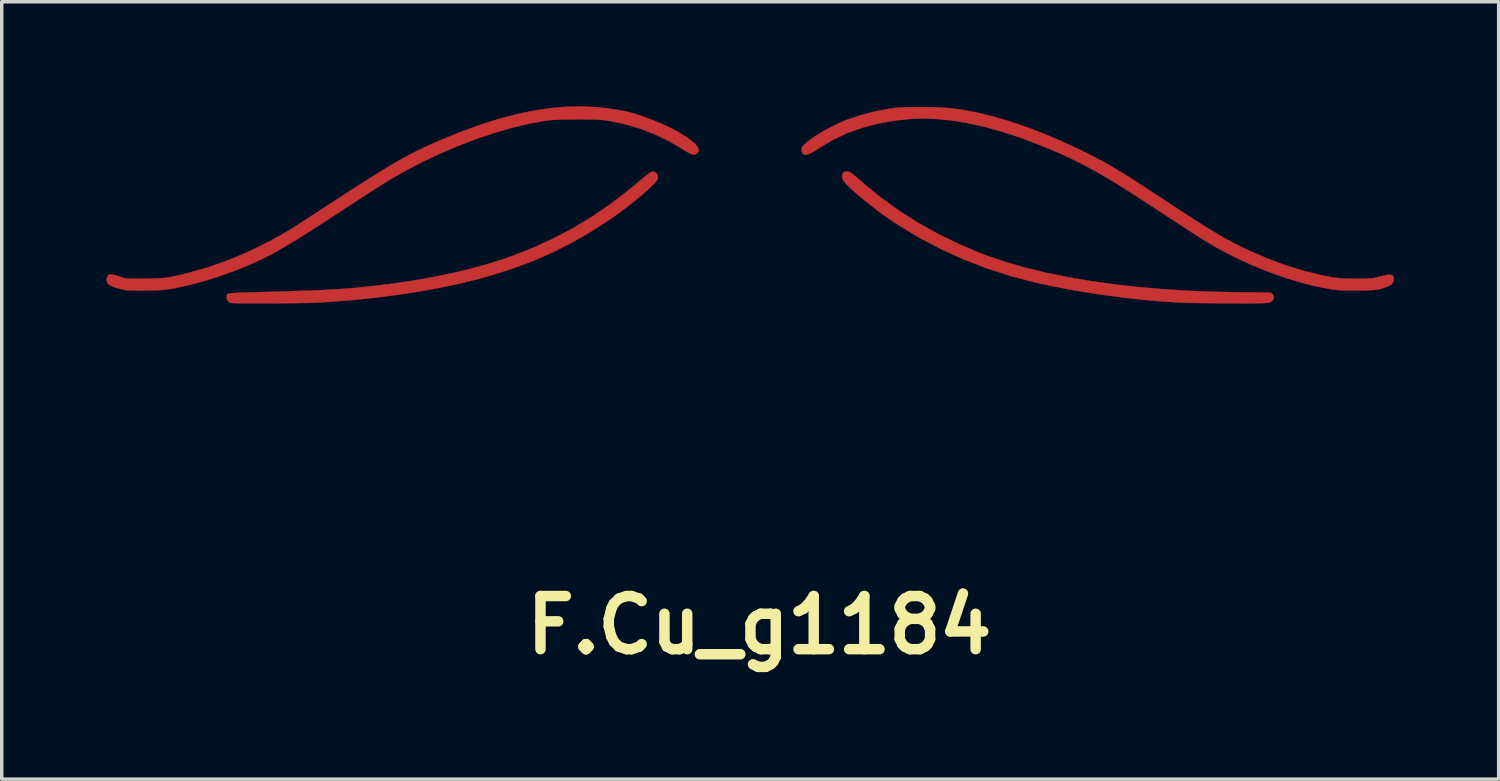
<source format=kicad_pcb>
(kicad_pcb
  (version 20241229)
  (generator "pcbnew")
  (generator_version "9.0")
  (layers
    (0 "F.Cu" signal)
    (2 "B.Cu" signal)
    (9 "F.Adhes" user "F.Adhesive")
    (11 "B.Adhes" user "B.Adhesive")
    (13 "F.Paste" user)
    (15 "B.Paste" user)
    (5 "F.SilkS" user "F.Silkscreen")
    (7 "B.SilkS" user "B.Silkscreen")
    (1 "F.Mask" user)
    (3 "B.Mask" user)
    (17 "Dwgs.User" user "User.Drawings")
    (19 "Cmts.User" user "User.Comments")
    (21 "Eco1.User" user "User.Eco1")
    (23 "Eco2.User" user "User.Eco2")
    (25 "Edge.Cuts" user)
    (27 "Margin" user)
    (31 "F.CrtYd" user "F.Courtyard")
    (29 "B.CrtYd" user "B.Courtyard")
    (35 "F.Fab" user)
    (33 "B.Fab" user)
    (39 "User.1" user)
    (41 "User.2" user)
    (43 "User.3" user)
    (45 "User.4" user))
  (footprint "F.Cu_g1184"
    (layer "F.Cu")
    (at 18.731 14.882)
    (property "Reference" "F.Cu_g1184" (at 0 0 0) (layer "F.SilkS") (effects (font (size 1.524 1.524) (thickness 0.3))))
    (attr through_hole)
    (fp_poly (pts (xy 2.536 -13.016) (xy 2.566 -13.008) (xy 2.6 -12.991) (xy 2.644 -12.963) (xy 2.702 -12.919) (xy 2.777 -12.856) (xy 2.876 -12.772) (xy 3.001 -12.663) (xy 3.01 -12.655) (xy 3.488 -12.264) (xy 3.999 -11.895) (xy 4.54 -11.55) (xy 5.108 -11.232) (xy 5.698 -10.943) (xy 6.307 -10.684) (xy 6.573 -10.583) (xy 7.078 -10.413) (xy 7.621 -10.256) (xy 8.2 -10.115) (xy 8.812 -9.989) (xy 9.456 -9.877) (xy 10.129 -9.782) (xy 10.829 -9.702) (xy 11.555 -9.638) (xy 12.304 -9.591) (xy 13.074 -9.561) (xy 13.862 -9.547) (xy 14.069 -9.546) (xy 14.222 -9.546) (xy 14.362 -9.545) (xy 14.484 -9.542) (xy 14.581 -9.54) (xy 14.648 -9.537) (xy 14.678 -9.533) (xy 14.678 -9.533) (xy 14.711 -9.506) (xy 14.744 -9.459) (xy 14.745 -9.456) (xy 14.766 -9.409) (xy 14.762 -9.375) (xy 14.737 -9.337) (xy 14.719 -9.313) (xy 14.702 -9.294) (xy 14.68 -9.277) (xy 14.651 -9.264) (xy 14.611 -9.253) (xy 14.557 -9.245) (xy 14.485 -9.239) (xy 14.391 -9.235) (xy 14.272 -9.233) (xy 14.125 -9.232) (xy 13.945 -9.231) (xy 13.729 -9.232) (xy 13.525 -9.232) (xy 13.301 -9.233) (xy 13.078 -9.235) (xy 12.861 -9.237) (xy 12.656 -9.239) (xy 12.47 -9.242) (xy 12.309 -9.245) (xy 12.178 -9.249) (xy 12.089 -9.252) (xy 11.598 -9.281) (xy 11.078 -9.326) (xy 10.539 -9.384) (xy 9.991 -9.455) (xy 9.443 -9.536) (xy 8.906 -9.627) (xy 8.39 -9.727) (xy 7.938 -9.825) (xy 7.226 -10.01) (xy 6.534 -10.232) (xy 5.863 -10.491) (xy 5.213 -10.785) (xy 4.586 -11.115) (xy 3.982 -11.48) (xy 3.732 -11.646) (xy 3.575 -11.756) (xy 3.412 -11.876) (xy 3.246 -12.003) (xy 3.083 -12.132) (xy 2.927 -12.26) (xy 2.783 -12.382) (xy 2.655 -12.496) (xy 2.549 -12.596) (xy 2.468 -12.68) (xy 2.419 -12.741) (xy 2.381 -12.822) (xy 2.374 -12.899) (xy 2.396 -12.962) (xy 2.444 -13.004) (xy 2.506 -13.018) (xy 2.536 -13.016)) (stroke (width 0.01) (type solid)) (fill yes) (layer "F.Cu"))
    (fp_poly (pts (xy -3.004 -13.004) (xy -3.002 -13.003) (xy -2.943 -12.956) (xy -2.909 -12.886) (xy -2.909 -12.814) (xy -2.936 -12.763) (xy -2.995 -12.69) (xy -3.081 -12.599) (xy -3.192 -12.494) (xy -3.324 -12.377) (xy -3.474 -12.251) (xy -3.637 -12.118) (xy -3.811 -11.983) (xy -3.992 -11.848) (xy -4.176 -11.715) (xy -4.36 -11.589) (xy -4.392 -11.567) (xy -4.903 -11.243) (xy -5.415 -10.952) (xy -5.934 -10.691) (xy -6.467 -10.457) (xy -7.021 -10.247) (xy -7.603 -10.059) (xy -8.104 -9.918) (xy -8.631 -9.789) (xy -9.192 -9.672) (xy -9.782 -9.566) (xy -10.394 -9.472) (xy -11.021 -9.392) (xy -11.658 -9.326) (xy -12.297 -9.276) (xy -12.731 -9.25) (xy -12.826 -9.247) (xy -12.952 -9.243) (xy -13.103 -9.241) (xy -13.274 -9.238) (xy -13.46 -9.236) (xy -13.658 -9.234) (xy -13.862 -9.233) (xy -14.066 -9.232) (xy -14.267 -9.232) (xy -14.46 -9.232) (xy -14.64 -9.232) (xy -14.801 -9.234) (xy -14.939 -9.235) (xy -15.05 -9.237) (xy -15.129 -9.24) (xy -15.17 -9.243) (xy -15.171 -9.244) (xy -15.223 -9.272) (xy -15.262 -9.326) (xy -15.282 -9.391) (xy -15.28 -9.455) (xy -15.251 -9.503) (xy -15.251 -9.503) (xy -15.226 -9.511) (xy -15.169 -9.519) (xy -15.078 -9.526) (xy -14.951 -9.533) (xy -14.787 -9.54) (xy -14.582 -9.546) (xy -14.516 -9.548) (xy -14.13 -9.558) (xy -13.783 -9.568) (xy -13.471 -9.578) (xy -13.19 -9.587) (xy -12.938 -9.596) (xy -12.709 -9.605) (xy -12.501 -9.615) (xy -12.311 -9.624) (xy -12.133 -9.635) (xy -11.966 -9.646) (xy -11.804 -9.658) (xy -11.645 -9.671) (xy -11.485 -9.686) (xy -11.321 -9.702) (xy -11.292 -9.705) (xy -10.654 -9.778) (xy -10.031 -9.867) (xy -9.428 -9.971) (xy -8.848 -10.089) (xy -8.297 -10.22) (xy -7.777 -10.362) (xy -7.293 -10.517) (xy -7.231 -10.538) (xy -6.588 -10.784) (xy -5.972 -11.06) (xy -5.38 -11.368) (xy -4.809 -11.711) (xy -4.255 -12.09) (xy -3.713 -12.507) (xy -3.474 -12.707) (xy -3.349 -12.814) (xy -3.25 -12.894) (xy -3.174 -12.951) (xy -3.116 -12.988) (xy -3.071 -13.008) (xy -3.035 -13.012) (xy -3.004 -13.004)) (stroke (width 0.01) (type solid)) (fill yes) (layer "F.Cu"))
    (fp_poly (pts (xy -4.686 -14.858) (xy -4.52 -14.843) (xy -4.34 -14.821) (xy -4.159 -14.795) (xy -3.988 -14.767) (xy -3.839 -14.739) (xy -3.757 -14.72) (xy -3.522 -14.653) (xy -3.269 -14.568) (xy -3.01 -14.469) (xy -2.756 -14.362) (xy -2.52 -14.249) (xy -2.312 -14.138) (xy -2.282 -14.12) (xy -2.094 -14.002) (xy -1.947 -13.897) (xy -1.839 -13.802) (xy -1.77 -13.719) (xy -1.74 -13.645) (xy -1.748 -13.582) (xy -1.793 -13.527) (xy -1.799 -13.522) (xy -1.839 -13.502) (xy -1.884 -13.497) (xy -1.942 -13.511) (xy -2.017 -13.544) (xy -2.114 -13.6) (xy -2.234 -13.675) (xy -2.606 -13.892) (xy -3.003 -14.082) (xy -3.418 -14.242) (xy -3.842 -14.368) (xy -4.266 -14.458) (xy -4.424 -14.482) (xy -4.535 -14.493) (xy -4.679 -14.501) (xy -4.849 -14.507) (xy -5.036 -14.51) (xy -5.232 -14.51) (xy -5.43 -14.509) (xy -5.622 -14.505) (xy -5.8 -14.498) (xy -5.956 -14.489) (xy -6.082 -14.478) (xy -6.138 -14.471) (xy -6.616 -14.382) (xy -7.115 -14.262) (xy -7.628 -14.112) (xy -8.152 -13.934) (xy -8.68 -13.731) (xy -9.207 -13.504) (xy -9.727 -13.256) (xy -10.192 -13.012) (xy -10.319 -12.94) (xy -10.457 -12.86) (xy -10.609 -12.769) (xy -10.777 -12.666) (xy -10.966 -12.547) (xy -11.178 -12.412) (xy -11.416 -12.258) (xy -11.683 -12.084) (xy -11.906 -11.938) (xy -12.229 -11.726) (xy -12.52 -11.537) (xy -12.782 -11.368) (xy -13.019 -11.218) (xy -13.233 -11.084) (xy -13.427 -10.965) (xy -13.605 -10.859) (xy -13.769 -10.764) (xy -13.923 -10.679) (xy -14.07 -10.601) (xy -14.212 -10.528) (xy -14.34 -10.465) (xy -14.703 -10.302) (xy -15.093 -10.147) (xy -15.5 -10.004) (xy -15.911 -9.875) (xy -16.316 -9.766) (xy -16.705 -9.678) (xy -16.849 -9.651) (xy -16.957 -9.634) (xy -17.066 -9.621) (xy -17.182 -9.611) (xy -17.317 -9.604) (xy -17.48 -9.6) (xy -17.59 -9.598) (xy -17.735 -9.597) (xy -17.874 -9.597) (xy -17.997 -9.6) (xy -18.097 -9.604) (xy -18.166 -9.609) (xy -18.182 -9.611) (xy -18.3 -9.637) (xy -18.42 -9.669) (xy -18.529 -9.706) (xy -18.614 -9.742) (xy -18.641 -9.756) (xy -18.701 -9.815) (xy -18.726 -9.89) (xy -18.713 -9.972) (xy -18.708 -9.983) (xy -18.682 -10.027) (xy -18.654 -10.054) (xy -18.615 -10.064) (xy -18.557 -10.058) (xy -18.473 -10.037) (xy -18.381 -10.01) (xy -18.15 -9.938) (xy -17.642 -9.939) (xy -17.453 -9.941) (xy -17.295 -9.945) (xy -17.157 -9.952) (xy -17.031 -9.964) (xy -16.905 -9.983) (xy -16.77 -10.009) (xy -16.616 -10.044) (xy -16.433 -10.089) (xy -16.396 -10.098) (xy -15.803 -10.268) (xy -15.212 -10.477) (xy -14.628 -10.723) (xy -14.058 -11.004) (xy -13.508 -11.316) (xy -13.402 -11.382) (xy -13.33 -11.427) (xy -13.229 -11.492) (xy -13.104 -11.572) (xy -12.962 -11.665) (xy -12.808 -11.764) (xy -12.649 -11.868) (xy -12.531 -11.945) (xy -12.178 -12.176) (xy -11.857 -12.385) (xy -11.565 -12.573) (xy -11.3 -12.742) (xy -11.058 -12.895) (xy -10.837 -13.032) (xy -10.633 -13.155) (xy -10.444 -13.266) (xy -10.267 -13.367) (xy -10.098 -13.459) (xy -9.936 -13.545) (xy -9.777 -13.625) (xy -9.617 -13.701) (xy -9.456 -13.776) (xy -9.288 -13.85) (xy -9.137 -13.915) (xy -8.56 -14.15) (xy -8.006 -14.352) (xy -7.474 -14.52) (xy -6.962 -14.655) (xy -6.468 -14.759) (xy -5.99 -14.83) (xy -5.527 -14.869) (xy -5.077 -14.877) (xy -4.686 -14.858)) (stroke (width 0.01) (type solid)) (fill yes) (layer "F.Cu"))
    (fp_poly (pts (xy 4.837 -14.859) (xy 5.017 -14.856) (xy 5.182 -14.85) (xy 5.325 -14.842) (xy 5.39 -14.837) (xy 5.8 -14.787) (xy 6.236 -14.705) (xy 6.693 -14.595) (xy 7.169 -14.455) (xy 7.661 -14.289) (xy 8.166 -14.095) (xy 8.68 -13.877) (xy 9.201 -13.634) (xy 9.359 -13.556) (xy 9.508 -13.48) (xy 9.648 -13.409) (xy 9.78 -13.339) (xy 9.91 -13.268) (xy 10.04 -13.195) (xy 10.174 -13.117) (xy 10.317 -13.031) (xy 10.47 -12.937) (xy 10.639 -12.83) (xy 10.827 -12.71) (xy 11.037 -12.574) (xy 11.273 -12.42) (xy 11.539 -12.246) (xy 11.684 -12.15) (xy 11.984 -11.953) (xy 12.254 -11.777) (xy 12.495 -11.622) (xy 12.712 -11.484) (xy 12.908 -11.361) (xy 13.087 -11.253) (xy 13.252 -11.156) (xy 13.407 -11.068) (xy 13.555 -10.988) (xy 13.699 -10.913) (xy 13.844 -10.841) (xy 13.993 -10.77) (xy 14.051 -10.743) (xy 14.58 -10.515) (xy 15.109 -10.319) (xy 15.633 -10.158) (xy 16.147 -10.033) (xy 16.383 -9.987) (xy 16.485 -9.97) (xy 16.582 -9.958) (xy 16.683 -9.949) (xy 16.797 -9.943) (xy 16.933 -9.94) (xy 17.102 -9.939) (xy 17.113 -9.939) (xy 17.269 -9.939) (xy 17.39 -9.94) (xy 17.483 -9.943) (xy 17.557 -9.948) (xy 17.618 -9.956) (xy 17.675 -9.967) (xy 17.734 -9.982) (xy 17.759 -9.989) (xy 17.856 -10.014) (xy 17.952 -10.035) (xy 18.029 -10.048) (xy 18.043 -10.05) (xy 18.125 -10.048) (xy 18.176 -10.021) (xy 18.199 -9.966) (xy 18.203 -9.913) (xy 18.19 -9.845) (xy 18.148 -9.788) (xy 18.073 -9.737) (xy 17.963 -9.69) (xy 17.826 -9.649) (xy 17.761 -9.633) (xy 17.692 -9.621) (xy 17.611 -9.612) (xy 17.512 -9.606) (xy 17.387 -9.602) (xy 17.227 -9.599) (xy 17.219 -9.598) (xy 17.072 -9.597) (xy 16.928 -9.598) (xy 16.795 -9.6) (xy 16.683 -9.604) (xy 16.603 -9.609) (xy 16.598 -9.61) (xy 16.288 -9.654) (xy 15.95 -9.722) (xy 15.591 -9.812) (xy 15.217 -9.923) (xy 14.834 -10.052) (xy 14.448 -10.197) (xy 14.066 -10.357) (xy 13.692 -10.529) (xy 13.334 -10.711) (xy 13.324 -10.716) (xy 13.234 -10.765) (xy 13.145 -10.814) (xy 13.055 -10.865) (xy 12.961 -10.921) (xy 12.858 -10.982) (xy 12.746 -11.051) (xy 12.619 -11.131) (xy 12.476 -11.222) (xy 12.313 -11.327) (xy 12.127 -11.447) (xy 11.915 -11.585) (xy 11.675 -11.743) (xy 11.402 -11.922) (xy 11.388 -11.931) (xy 11.046 -12.154) (xy 10.735 -12.355) (xy 10.45 -12.536) (xy 10.188 -12.699) (xy 9.944 -12.845) (xy 9.715 -12.979) (xy 9.497 -13.1) (xy 9.286 -13.213) (xy 9.078 -13.318) (xy 8.868 -13.419) (xy 8.653 -13.517) (xy 8.429 -13.614) (xy 8.192 -13.713) (xy 8.05 -13.77) (xy 7.517 -13.973) (xy 6.997 -14.145) (xy 6.492 -14.286) (xy 6.005 -14.396) (xy 5.537 -14.474) (xy 5.09 -14.52) (xy 4.665 -14.534) (xy 4.36 -14.522) (xy 3.864 -14.47) (xy 3.394 -14.385) (xy 2.951 -14.268) (xy 2.532 -14.118) (xy 2.138 -13.935) (xy 1.767 -13.718) (xy 1.718 -13.686) (xy 1.577 -13.597) (xy 1.464 -13.535) (xy 1.376 -13.5) (xy 1.31 -13.491) (xy 1.281 -13.496) (xy 1.244 -13.53) (xy 1.217 -13.589) (xy 1.206 -13.654) (xy 1.225 -13.707) (xy 1.279 -13.773) (xy 1.362 -13.85) (xy 1.472 -13.936) (xy 1.604 -14.027) (xy 1.752 -14.12) (xy 1.914 -14.213) (xy 2.084 -14.303) (xy 2.258 -14.388) (xy 2.433 -14.464) (xy 2.543 -14.507) (xy 2.907 -14.627) (xy 3.292 -14.729) (xy 3.683 -14.806) (xy 3.905 -14.838) (xy 4.002 -14.847) (xy 4.134 -14.853) (xy 4.291 -14.858) (xy 4.466 -14.86) (xy 4.651 -14.861) (xy 4.837 -14.859)) (stroke (width 0.01) (type solid)) (fill yes) (layer "F.Cu")))
  (gr_rect
    (start -3 -3)
    (end 39.939 19.3)
    (stroke (width 0.1) (type default))
    (fill no)
    (layer "Edge.Cuts")))
</source>
